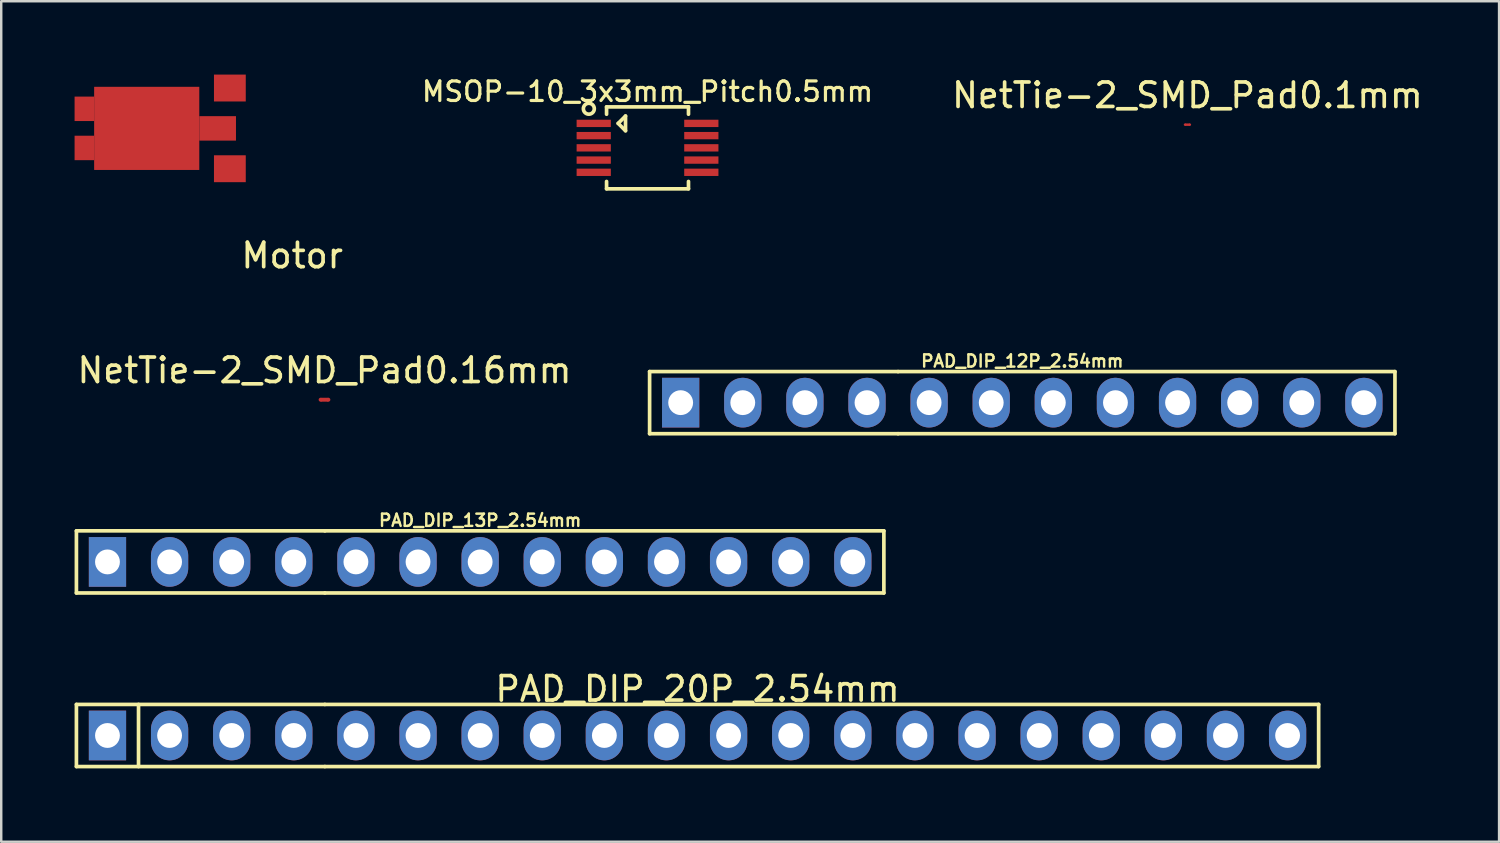
<source format=kicad_pcb>
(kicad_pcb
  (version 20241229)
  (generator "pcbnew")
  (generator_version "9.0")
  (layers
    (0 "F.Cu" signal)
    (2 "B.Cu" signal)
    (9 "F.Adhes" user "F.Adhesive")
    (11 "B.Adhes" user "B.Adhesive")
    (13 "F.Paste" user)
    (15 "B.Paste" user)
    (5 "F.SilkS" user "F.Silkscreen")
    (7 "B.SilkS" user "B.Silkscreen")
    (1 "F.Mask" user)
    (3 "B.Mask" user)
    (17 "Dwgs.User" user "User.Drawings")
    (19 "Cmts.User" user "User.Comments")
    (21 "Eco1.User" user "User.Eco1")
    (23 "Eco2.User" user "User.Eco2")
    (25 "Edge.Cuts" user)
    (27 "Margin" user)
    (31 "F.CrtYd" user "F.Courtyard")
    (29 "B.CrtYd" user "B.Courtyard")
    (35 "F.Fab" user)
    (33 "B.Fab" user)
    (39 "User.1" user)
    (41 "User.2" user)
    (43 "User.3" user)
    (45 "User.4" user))
  (footprint "NetTie-2_SMD_Pad0.16mm"
    (layer "F.Cu")
    (at 10.22 13.296)
    (property "Reference" "NetTie-2_SMD_Pad0.16mm" (at 0 -1.2 0) (layer "F.SilkS") (effects (font (size 1 1) (thickness 0.15))))
    (attr exclude_from_pos_files exclude_from_bom)
    (fp_poly (pts (xy -0.16 -0.08) (xy 0.16 -0.08) (xy 0.16 0.08) (xy -0.16 0.08)) (stroke (width 0) (type solid)) (fill yes) (layer "F.Cu"))
    (pad "1" smd circle (at -0.16 0) (size 0.16 0.16) (layers "F.Cu"))
    (pad "2" smd circle (at 0.16 0) (size 0.16 0.16) (layers "F.Cu")))
  (footprint "PAD_DIP_12P_2.54mm"
    (layer "F.Cu")
    (at 38.755 13.416)
    (property "Reference" "PAD_DIP_12P_2.54mm" (at 0 -1.7 0) (layer "F.SilkS") (effects (font (size 0.5 0.5) (thickness 0.1))))
    (attr through_hole)
    (fp_line (start -15.24 -1.27) (end -15.24 1.27) (stroke (width 0.15) (type solid)) (layer "F.SilkS"))
    (fp_line (start -15.24 1.27) (end -5.08 1.27) (stroke (width 0.15) (type solid)) (layer "F.SilkS"))
    (fp_line (start -5.08 -1.27) (end -15.24 -1.27) (stroke (width 0.15) (type solid)) (layer "F.SilkS"))
    (fp_line (start -5.08 -1.27) (end 15.24 -1.27) (stroke (width 0.15) (type solid)) (layer "F.SilkS"))
    (fp_line (start -5.08 1.27) (end 15.24 1.27) (stroke (width 0.15) (type solid)) (layer "F.SilkS"))
    (fp_line (start 15.24 1.27) (end 15.24 -1.27) (stroke (width 0.15) (type solid)) (layer "F.SilkS"))
    (pad "1" thru_hole rect (at -13.97 0) (size 1.524 2.032) (drill 1.016) (layers "*.Cu" "*.Mask"))
    (pad "2" thru_hole oval (at -11.43 0) (size 1.524 2.032) (drill 1.016) (layers "*.Cu" "*.Mask"))
    (pad "3" thru_hole oval (at -8.89 0) (size 1.524 2.032) (drill 1.016) (layers "*.Cu" "*.Mask"))
    (pad "4" thru_hole oval (at -6.35 0) (size 1.524 2.032) (drill 1.016) (layers "*.Cu" "*.Mask"))
    (pad "5" thru_hole oval (at -3.81 0) (size 1.524 2.032) (drill 1.016) (layers "*.Cu" "*.Mask"))
    (pad "6" thru_hole oval (at -1.27 0) (size 1.524 2.032) (drill 1.016) (layers "*.Cu" "*.Mask"))
    (pad "7" thru_hole oval (at 1.27 0) (size 1.524 2.032) (drill 1.016) (layers "*.Cu" "*.Mask"))
    (pad "8" thru_hole oval (at 3.81 0) (size 1.524 2.032) (drill 1.016) (layers "*.Cu" "*.Mask"))
    (pad "9" thru_hole oval (at 6.35 0) (size 1.524 2.032) (drill 1.016) (layers "*.Cu" "*.Mask"))
    (pad "10" thru_hole oval (at 8.89 0) (size 1.524 2.032) (drill 1.016) (layers "*.Cu" "*.Mask"))
    (pad "11" thru_hole oval (at 11.43 0) (size 1.524 2.032) (drill 1.016) (layers "*.Cu" "*.Mask"))
    (pad "12" thru_hole oval (at 13.97 0) (size 1.524 2.032) (drill 1.016) (layers "*.Cu" "*.Mask")))
  (footprint "PAD_DIP_20P_2.54mm"
    (layer "F.Cu")
    (at 25.475 27.027)
    (property "Reference" "PAD_DIP_20P_2.54mm" (at 0 -1.905 0) (layer "F.SilkS") (effects (font (size 1 1) (thickness 0.15))))
    (attr through_hole)
    (fp_line (start -25.4 -1.27) (end -25.4 1.27) (stroke (width 0.15) (type solid)) (layer "F.SilkS"))
    (fp_line (start -25.4 1.27) (end -15.24 1.27) (stroke (width 0.15) (type solid)) (layer "F.SilkS"))
    (fp_line (start -22.86 -1.27) (end -22.86 1.27) (stroke (width 0.15) (type solid)) (layer "F.SilkS"))
    (fp_line (start -15.24 -1.27) (end -25.4 -1.27) (stroke (width 0.15) (type solid)) (layer "F.SilkS"))
    (fp_line (start -15.24 -1.27) (end 25.4 -1.27) (stroke (width 0.15) (type solid)) (layer "F.SilkS"))
    (fp_line (start -15.24 1.27) (end 25.4 1.27) (stroke (width 0.15) (type solid)) (layer "F.SilkS"))
    (fp_line (start 25.4 1.27) (end 25.4 -1.27) (stroke (width 0.15) (type solid)) (layer "F.SilkS"))
    (pad "1" thru_hole rect (at -24.13 0) (size 1.524 2.032) (drill 1.016) (layers "*.Cu" "*.Mask"))
    (pad "2" thru_hole oval (at -21.59 0) (size 1.524 2.032) (drill 1.016) (layers "*.Cu" "*.Mask"))
    (pad "3" thru_hole oval (at -19.05 0) (size 1.524 2.032) (drill 1.016) (layers "*.Cu" "*.Mask"))
    (pad "4" thru_hole oval (at -16.51 0) (size 1.524 2.032) (drill 1.016) (layers "*.Cu" "*.Mask"))
    (pad "5" thru_hole oval (at -13.97 0) (size 1.524 2.032) (drill 1.016) (layers "*.Cu" "*.Mask"))
    (pad "6" thru_hole oval (at -11.43 0) (size 1.524 2.032) (drill 1.016) (layers "*.Cu" "*.Mask"))
    (pad "7" thru_hole oval (at -8.89 0) (size 1.524 2.032) (drill 1.016) (layers "*.Cu" "*.Mask"))
    (pad "8" thru_hole oval (at -6.35 0) (size 1.524 2.032) (drill 1.016) (layers "*.Cu" "*.Mask"))
    (pad "9" thru_hole oval (at -3.81 0) (size 1.524 2.032) (drill 1.016) (layers "*.Cu" "*.Mask"))
    (pad "10" thru_hole oval (at -1.27 0) (size 1.524 2.032) (drill 1.016) (layers "*.Cu" "*.Mask"))
    (pad "11" thru_hole oval (at 1.27 0) (size 1.524 2.032) (drill 1.016) (layers "*.Cu" "*.Mask"))
    (pad "12" thru_hole oval (at 3.81 0) (size 1.524 2.032) (drill 1.016) (layers "*.Cu" "*.Mask"))
    (pad "13" thru_hole oval (at 6.35 0) (size 1.524 2.032) (drill 1.016) (layers "*.Cu" "*.Mask"))
    (pad "14" thru_hole oval (at 8.89 0) (size 1.524 2.032) (drill 1.016) (layers "*.Cu" "*.Mask"))
    (pad "15" thru_hole oval (at 11.43 0) (size 1.524 2.032) (drill 1.016) (layers "*.Cu" "*.Mask"))
    (pad "16" thru_hole oval (at 13.97 0) (size 1.524 2.032) (drill 1.016) (layers "*.Cu" "*.Mask"))
    (pad "17" thru_hole oval (at 16.51 0) (size 1.524 2.032) (drill 1.016) (layers "*.Cu" "*.Mask"))
    (pad "18" thru_hole oval (at 19.05 0) (size 1.524 2.032) (drill 1.016) (layers "*.Cu" "*.Mask"))
    (pad "19" thru_hole oval (at 21.59 0) (size 1.524 2.032) (drill 1.016) (layers "*.Cu" "*.Mask"))
    (pad "20" thru_hole oval (at 24.13 0) (size 1.524 2.032) (drill 1.016) (layers "*.Cu" "*.Mask")))
  (footprint "PAD_DIP_13P_2.54mm"
    (layer "F.Cu")
    (at 16.585 19.929)
    (property "Reference" "PAD_DIP_13P_2.54mm" (at 0 -1.7 0) (layer "F.SilkS") (effects (font (size 0.5 0.5) (thickness 0.1))))
    (attr through_hole)
    (fp_line (start -16.51 -1.27) (end -16.51 1.27) (stroke (width 0.15) (type solid)) (layer "F.SilkS"))
    (fp_line (start -16.51 1.27) (end -6.35 1.27) (stroke (width 0.15) (type solid)) (layer "F.SilkS"))
    (fp_line (start -6.35 -1.27) (end -16.51 -1.27) (stroke (width 0.15) (type solid)) (layer "F.SilkS"))
    (fp_line (start -6.35 -1.27) (end 16.51 -1.27) (stroke (width 0.15) (type solid)) (layer "F.SilkS"))
    (fp_line (start -6.35 1.27) (end 16.51 1.27) (stroke (width 0.15) (type solid)) (layer "F.SilkS"))
    (fp_line (start 16.51 1.27) (end 16.51 -1.27) (stroke (width 0.15) (type solid)) (layer "F.SilkS"))
    (pad "1" thru_hole rect (at -15.24 0) (size 1.524 2.032) (drill 1.016) (layers "*.Cu" "*.Mask"))
    (pad "2" thru_hole oval (at -12.7 0) (size 1.524 2.032) (drill 1.016) (layers "*.Cu" "*.Mask"))
    (pad "3" thru_hole oval (at -10.16 0) (size 1.524 2.032) (drill 1.016) (layers "*.Cu" "*.Mask"))
    (pad "4" thru_hole oval (at -7.62 0) (size 1.524 2.032) (drill 1.016) (layers "*.Cu" "*.Mask"))
    (pad "5" thru_hole oval (at -5.08 0) (size 1.524 2.032) (drill 1.016) (layers "*.Cu" "*.Mask"))
    (pad "6" thru_hole oval (at -2.54 0) (size 1.524 2.032) (drill 1.016) (layers "*.Cu" "*.Mask"))
    (pad "7" thru_hole oval (at 0 0) (size 1.524 2.032) (drill 1.016) (layers "*.Cu" "*.Mask"))
    (pad "8" thru_hole oval (at 2.54 0) (size 1.524 2.032) (drill 1.016) (layers "*.Cu" "*.Mask"))
    (pad "9" thru_hole oval (at 5.08 0) (size 1.524 2.032) (drill 1.016) (layers "*.Cu" "*.Mask"))
    (pad "10" thru_hole oval (at 7.62 0) (size 1.524 2.032) (drill 1.016) (layers "*.Cu" "*.Mask"))
    (pad "11" thru_hole oval (at 10.16 0) (size 1.524 2.032) (drill 1.016) (layers "*.Cu" "*.Mask"))
    (pad "12" thru_hole oval (at 12.7 0) (size 1.524 2.032) (drill 1.016) (layers "*.Cu" "*.Mask"))
    (pad "13" thru_hole oval (at 15.24 0) (size 1.524 2.032) (drill 1.016) (layers "*.Cu" "*.Mask")))
  (footprint "MSOP-10_3x3mm_Pitch0.5mm"
    (layer "F.Cu")
    (at 23.43 2.996)
    (property "Reference" "MSOP-10_3x3mm_Pitch0.5mm" (at 0 -2.3 0) (layer "F.SilkS") (effects (font (size 0.8 0.8) (thickness 0.13))))
    (attr smd)
    (fp_line (start -1.675 -1.675) (end -1.675 -1.375) (stroke (width 0.15) (type solid)) (layer "F.SilkS"))
    (fp_line (start -1.675 -1.675) (end 1.675 -1.675) (stroke (width 0.15) (type solid)) (layer "F.SilkS"))
    (fp_line (start -1.675 1.675) (end -1.675 1.375) (stroke (width 0.15) (type solid)) (layer "F.SilkS"))
    (fp_line (start -1.675 1.675) (end 1.675 1.675) (stroke (width 0.15) (type solid)) (layer "F.SilkS"))
    (fp_line (start -1.2 -1) (end -0.9 -0.7) (stroke (width 0.15) (type solid)) (layer "F.SilkS"))
    (fp_line (start -0.9 -1.3) (end -1.2 -1) (stroke (width 0.15) (type solid)) (layer "F.SilkS"))
    (fp_line (start -0.9 -0.7) (end -0.9 -1.3) (stroke (width 0.15) (type solid)) (layer "F.SilkS"))
    (fp_line (start 1.675 -1.675) (end 1.675 -1.375) (stroke (width 0.15) (type solid)) (layer "F.SilkS"))
    (fp_line (start 1.675 1.675) (end 1.675 1.375) (stroke (width 0.15) (type solid)) (layer "F.SilkS"))
    (fp_circle (center -2.4 -1.6) (end -2.5 -1.4) (stroke (width 0.15) (type solid)) (fill no) (layer "F.SilkS"))
    (pad "1" smd rect (at -2.2 -1) (size 1.4 0.3) (layers "F.Cu" "F.Mask" "F.Paste"))
    (pad "2" smd rect (at -2.2 -0.5) (size 1.4 0.3) (layers "F.Cu" "F.Mask" "F.Paste"))
    (pad "3" smd rect (at -2.2 0) (size 1.4 0.3) (layers "F.Cu" "F.Mask" "F.Paste"))
    (pad "4" smd rect (at -2.2 0.5) (size 1.4 0.3) (layers "F.Cu" "F.Mask" "F.Paste"))
    (pad "5" smd rect (at -2.2 1) (size 1.4 0.3) (layers "F.Cu" "F.Mask" "F.Paste"))
    (pad "6" smd rect (at 2.2 1) (size 1.4 0.3) (layers "F.Cu" "F.Mask" "F.Paste"))
    (pad "7" smd rect (at 2.2 0.5) (size 1.4 0.3) (layers "F.Cu" "F.Mask" "F.Paste"))
    (pad "8" smd rect (at 2.2 0) (size 1.4 0.3) (layers "F.Cu" "F.Mask" "F.Paste"))
    (pad "9" smd rect (at 2.2 -0.5) (size 1.4 0.3) (layers "F.Cu" "F.Mask" "F.Paste"))
    (pad "10" smd rect (at 2.2 -1) (size 1.4 0.3) (layers "F.Cu" "F.Mask" "F.Paste")))
  (footprint "NetTie-2_SMD_Pad0.1mm"
    (layer "F.Cu")
    (at 45.509 2.048)
    (property "Reference" "NetTie-2_SMD_Pad0.1mm" (at 0 -1.2 0) (layer "F.SilkS") (effects (font (size 1 1) (thickness 0.15))))
    (attr exclude_from_pos_files exclude_from_bom)
    (fp_poly (pts (xy -0.1 -0.05) (xy 0.1 -0.05) (xy 0.1 0.05) (xy -0.1 0.05)) (stroke (width 0) (type solid)) (fill yes) (layer "F.Cu"))
    (pad "1" smd circle (at -0.1 0) (size 0.1 0.1) (layers "F.Cu"))
    (pad "2" smd circle (at 0.1 0) (size 0.1 0.1) (layers "F.Cu")))
  (footprint "Motor"
    (layer "F.Cu")
    (at 5.1 2.2)
    (property "Reference" "Motor" (at 3.8 5.2 0) (layer "F.SilkS") (effects (font (size 1 1) (thickness 0.15))))
    (attr through_hole)
    (pad "1" smd rect (at 1.25 -1.65) (size 1.3 1.1) (layers "F.Cu" "F.Mask" "F.Paste"))
    (pad "2" smd rect (at 1.25 1.65) (size 1.3 1.1) (layers "F.Cu" "F.Mask" "F.Paste"))
    (pad "3" smd rect (at -4.7 -0.8) (size 0.8 1) (layers "F.Cu" "F.Mask" "F.Paste"))
    (pad "3" smd rect (at -4.7 0.8) (size 0.8 1) (layers "F.Cu" "F.Mask" "F.Paste"))
    (pad "3" smd rect (at -2.15 0) (size 4.3 3.4) (layers "F.Cu" "F.Mask" "F.Paste"))
    (pad "3" smd rect (at 0.75 0) (size 1.5 1) (layers "F.Cu" "F.Mask" "F.Paste")))
  (gr_rect
    (start -3 -3)
    (end 58.253 31.372)
    (stroke (width 0.1) (type default))
    (fill no)
    (layer "Edge.Cuts")))
</source>
